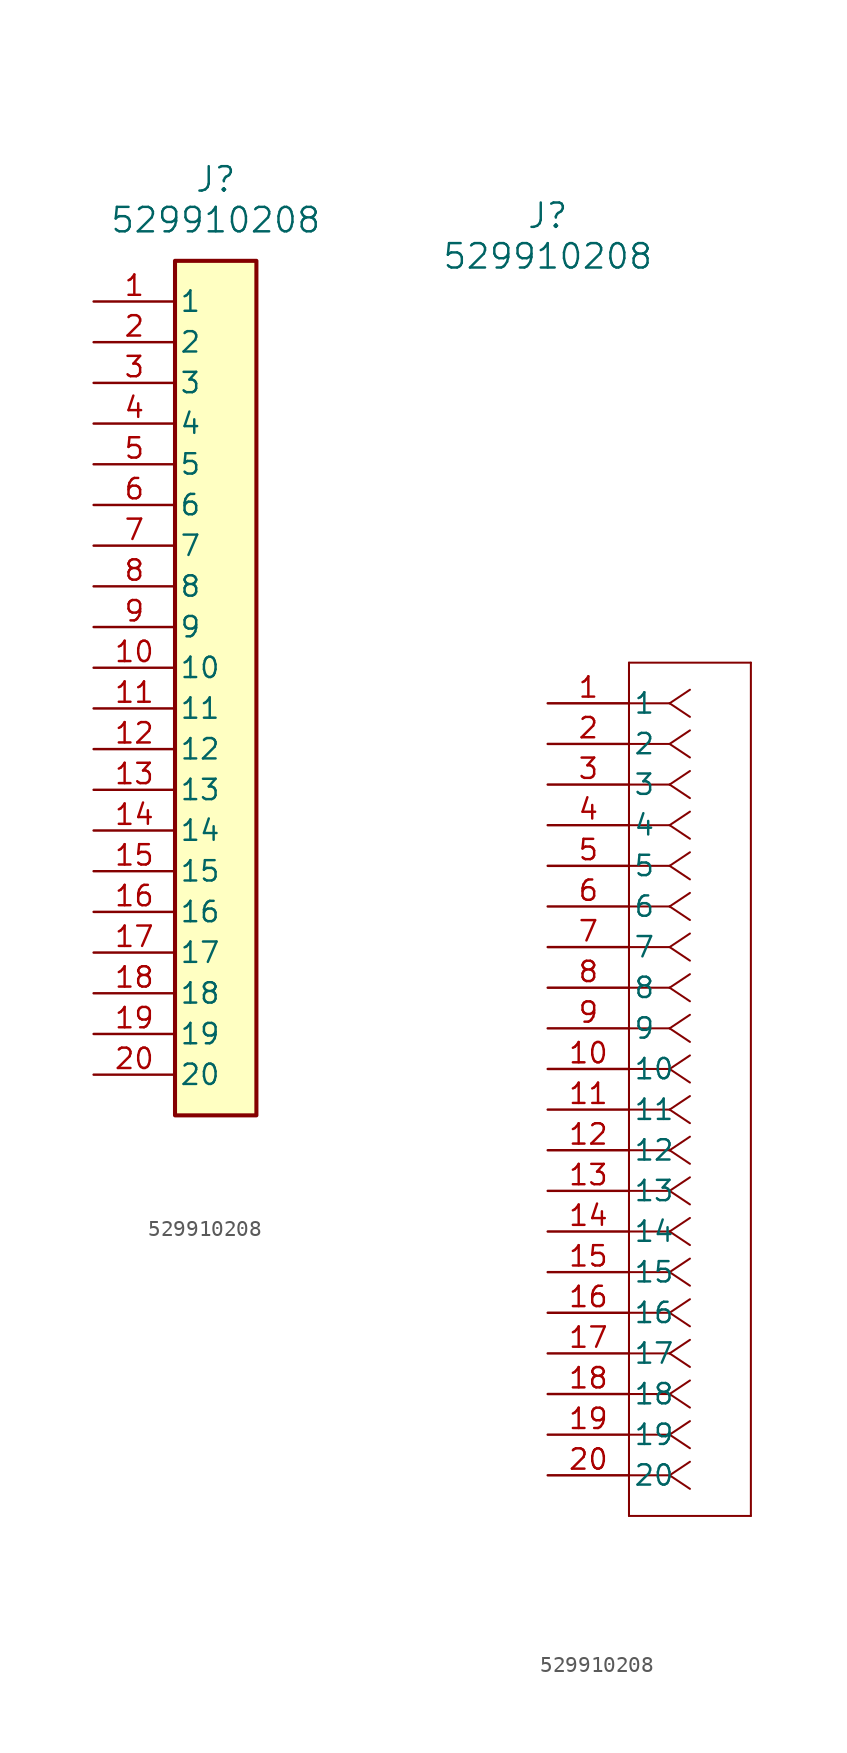
<source format=kicad_sym>
(kicad_symbol_lib
  (version 20220914)
  (generator kicad_symbol_editor)
  (symbol "529910208"
    (pin_names
      (offset 0.254))
    (property "Reference" "J"
      (at 0 30.48 0)
      (effects (font (size 1.524 1.524))))
    (property "Value" "529910208"
      (at 0 27.94 0)
      (effects (font (size 1.524 1.524))))
    (property "ki_locked" ""
      (at 0 0 0)
      (effects (font (size 1.27 1.27))))
    (symbol "529910208_1_1"
      (rectangle (start -2.54 25.4) (end 2.54 -27.94) (stroke (width 0.254) (type default)) (fill (type background)))
      (pin unspecified line (at -7.62 22.86 0) (length 5.08) (name "1" (effects (font (size 1.27 1.27)))) (number "1" (effects (font (size 1.27 1.27)))))
      (pin unspecified line (at -7.62 0 0) (length 5.08) (name "10" (effects (font (size 1.27 1.27)))) (number "10" (effects (font (size 1.27 1.27)))))
      (pin unspecified line (at -7.62 -2.54 0) (length 5.08) (name "11" (effects (font (size 1.27 1.27)))) (number "11" (effects (font (size 1.27 1.27)))))
      (pin unspecified line (at -7.62 -5.08 0) (length 5.08) (name "12" (effects (font (size 1.27 1.27)))) (number "12" (effects (font (size 1.27 1.27)))))
      (pin unspecified line (at -7.62 -7.62 0) (length 5.08) (name "13" (effects (font (size 1.27 1.27)))) (number "13" (effects (font (size 1.27 1.27)))))
      (pin unspecified line (at -7.62 -10.16 0) (length 5.08) (name "14" (effects (font (size 1.27 1.27)))) (number "14" (effects (font (size 1.27 1.27)))))
      (pin unspecified line (at -7.62 -12.7 0) (length 5.08) (name "15" (effects (font (size 1.27 1.27)))) (number "15" (effects (font (size 1.27 1.27)))))
      (pin unspecified line (at -7.62 -15.24 0) (length 5.08) (name "16" (effects (font (size 1.27 1.27)))) (number "16" (effects (font (size 1.27 1.27)))))
      (pin unspecified line (at -7.62 -17.78 0) (length 5.08) (name "17" (effects (font (size 1.27 1.27)))) (number "17" (effects (font (size 1.27 1.27)))))
      (pin unspecified line (at -7.62 -20.32 0) (length 5.08) (name "18" (effects (font (size 1.27 1.27)))) (number "18" (effects (font (size 1.27 1.27)))))
      (pin unspecified line (at -7.62 -22.86 0) (length 5.08) (name "19" (effects (font (size 1.27 1.27)))) (number "19" (effects (font (size 1.27 1.27)))))
      (pin unspecified line (at -7.62 20.32 0) (length 5.08) (name "2" (effects (font (size 1.27 1.27)))) (number "2" (effects (font (size 1.27 1.27)))))
      (pin unspecified line (at -7.62 -25.4 0) (length 5.08) (name "20" (effects (font (size 1.27 1.27)))) (number "20" (effects (font (size 1.27 1.27)))))
      (pin unspecified line (at -7.62 17.78 0) (length 5.08) (name "3" (effects (font (size 1.27 1.27)))) (number "3" (effects (font (size 1.27 1.27)))))
      (pin unspecified line (at -7.62 15.24 0) (length 5.08) (name "4" (effects (font (size 1.27 1.27)))) (number "4" (effects (font (size 1.27 1.27)))))
      (pin unspecified line (at -7.62 12.7 0) (length 5.08) (name "5" (effects (font (size 1.27 1.27)))) (number "5" (effects (font (size 1.27 1.27)))))
      (pin unspecified line (at -7.62 10.16 0) (length 5.08) (name "6" (effects (font (size 1.27 1.27)))) (number "6" (effects (font (size 1.27 1.27)))))
      (pin unspecified line (at -7.62 7.62 0) (length 5.08) (name "7" (effects (font (size 1.27 1.27)))) (number "7" (effects (font (size 1.27 1.27)))))
      (pin unspecified line (at -7.62 5.08 0) (length 5.08) (name "8" (effects (font (size 1.27 1.27)))) (number "8" (effects (font (size 1.27 1.27)))))
      (pin unspecified line (at -7.62 2.54 0) (length 5.08) (name "9" (effects (font (size 1.27 1.27)))) (number "9" (effects (font (size 1.27 1.27))))))
    (symbol "529910208_1_2"
      (polyline (pts (xy 5.08 -50.8) (xy 12.7 -50.8)) (stroke (width 0.127) (type default)) (fill (type none)))
      (polyline (pts (xy 5.08 2.54) (xy 5.08 -50.8)) (stroke (width 0.127) (type default)) (fill (type none)))
      (polyline (pts (xy 7.62 -48.26) (xy 5.08 -48.26)) (stroke (width 0.127) (type default)) (fill (type none)))
      (polyline (pts (xy 7.62 -48.26) (xy 8.89 -49.107)) (stroke (width 0.127) (type default)) (fill (type none)))
      (polyline (pts (xy 7.62 -48.26) (xy 8.89 -47.413)) (stroke (width 0.127) (type default)) (fill (type none)))
      (polyline (pts (xy 7.62 -45.72) (xy 5.08 -45.72)) (stroke (width 0.127) (type default)) (fill (type none)))
      (polyline (pts (xy 7.62 -45.72) (xy 8.89 -46.567)) (stroke (width 0.127) (type default)) (fill (type none)))
      (polyline (pts (xy 7.62 -45.72) (xy 8.89 -44.873)) (stroke (width 0.127) (type default)) (fill (type none)))
      (polyline (pts (xy 7.62 -43.18) (xy 5.08 -43.18)) (stroke (width 0.127) (type default)) (fill (type none)))
      (polyline (pts (xy 7.62 -43.18) (xy 8.89 -44.027)) (stroke (width 0.127) (type default)) (fill (type none)))
      (polyline (pts (xy 7.62 -43.18) (xy 8.89 -42.333)) (stroke (width 0.127) (type default)) (fill (type none)))
      (polyline (pts (xy 7.62 -40.64) (xy 5.08 -40.64)) (stroke (width 0.127) (type default)) (fill (type none)))
      (polyline (pts (xy 7.62 -40.64) (xy 8.89 -41.487)) (stroke (width 0.127) (type default)) (fill (type none)))
      (polyline (pts (xy 7.62 -40.64) (xy 8.89 -39.793)) (stroke (width 0.127) (type default)) (fill (type none)))
      (polyline (pts (xy 7.62 -38.1) (xy 5.08 -38.1)) (stroke (width 0.127) (type default)) (fill (type none)))
      (polyline (pts (xy 7.62 -38.1) (xy 8.89 -38.947)) (stroke (width 0.127) (type default)) (fill (type none)))
      (polyline (pts (xy 7.62 -38.1) (xy 8.89 -37.253)) (stroke (width 0.127) (type default)) (fill (type none)))
      (polyline (pts (xy 7.62 -35.56) (xy 5.08 -35.56)) (stroke (width 0.127) (type default)) (fill (type none)))
      (polyline (pts (xy 7.62 -35.56) (xy 8.89 -36.407)) (stroke (width 0.127) (type default)) (fill (type none)))
      (polyline (pts (xy 7.62 -35.56) (xy 8.89 -34.713)) (stroke (width 0.127) (type default)) (fill (type none)))
      (polyline (pts (xy 7.62 -33.02) (xy 5.08 -33.02)) (stroke (width 0.127) (type default)) (fill (type none)))
      (polyline (pts (xy 7.62 -33.02) (xy 8.89 -33.867)) (stroke (width 0.127) (type default)) (fill (type none)))
      (polyline (pts (xy 7.62 -33.02) (xy 8.89 -32.173)) (stroke (width 0.127) (type default)) (fill (type none)))
      (polyline (pts (xy 7.62 -30.48) (xy 5.08 -30.48)) (stroke (width 0.127) (type default)) (fill (type none)))
      (polyline (pts (xy 7.62 -30.48) (xy 8.89 -31.327)) (stroke (width 0.127) (type default)) (fill (type none)))
      (polyline (pts (xy 7.62 -30.48) (xy 8.89 -29.633)) (stroke (width 0.127) (type default)) (fill (type none)))
      (polyline (pts (xy 7.62 -27.94) (xy 5.08 -27.94)) (stroke (width 0.127) (type default)) (fill (type none)))
      (polyline (pts (xy 7.62 -27.94) (xy 8.89 -28.787)) (stroke (width 0.127) (type default)) (fill (type none)))
      (polyline (pts (xy 7.62 -27.94) (xy 8.89 -27.093)) (stroke (width 0.127) (type default)) (fill (type none)))
      (polyline (pts (xy 7.62 -25.4) (xy 5.08 -25.4)) (stroke (width 0.127) (type default)) (fill (type none)))
      (polyline (pts (xy 7.62 -25.4) (xy 8.89 -26.247)) (stroke (width 0.127) (type default)) (fill (type none)))
      (polyline (pts (xy 7.62 -25.4) (xy 8.89 -24.553)) (stroke (width 0.127) (type default)) (fill (type none)))
      (polyline (pts (xy 7.62 -22.86) (xy 5.08 -22.86)) (stroke (width 0.127) (type default)) (fill (type none)))
      (polyline (pts (xy 7.62 -22.86) (xy 8.89 -23.707)) (stroke (width 0.127) (type default)) (fill (type none)))
      (polyline (pts (xy 7.62 -22.86) (xy 8.89 -22.013)) (stroke (width 0.127) (type default)) (fill (type none)))
      (polyline (pts (xy 7.62 -20.32) (xy 5.08 -20.32)) (stroke (width 0.127) (type default)) (fill (type none)))
      (polyline (pts (xy 7.62 -20.32) (xy 8.89 -21.167)) (stroke (width 0.127) (type default)) (fill (type none)))
      (polyline (pts (xy 7.62 -20.32) (xy 8.89 -19.473)) (stroke (width 0.127) (type default)) (fill (type none)))
      (polyline (pts (xy 7.62 -17.78) (xy 5.08 -17.78)) (stroke (width 0.127) (type default)) (fill (type none)))
      (polyline (pts (xy 7.62 -17.78) (xy 8.89 -18.627)) (stroke (width 0.127) (type default)) (fill (type none)))
      (polyline (pts (xy 7.62 -17.78) (xy 8.89 -16.933)) (stroke (width 0.127) (type default)) (fill (type none)))
      (polyline (pts (xy 7.62 -15.24) (xy 5.08 -15.24)) (stroke (width 0.127) (type default)) (fill (type none)))
      (polyline (pts (xy 7.62 -15.24) (xy 8.89 -16.087)) (stroke (width 0.127) (type default)) (fill (type none)))
      (polyline (pts (xy 7.62 -15.24) (xy 8.89 -14.393)) (stroke (width 0.127) (type default)) (fill (type none)))
      (polyline (pts (xy 7.62 -12.7) (xy 5.08 -12.7)) (stroke (width 0.127) (type default)) (fill (type none)))
      (polyline (pts (xy 7.62 -12.7) (xy 8.89 -13.547)) (stroke (width 0.127) (type default)) (fill (type none)))
      (polyline (pts (xy 7.62 -12.7) (xy 8.89 -11.853)) (stroke (width 0.127) (type default)) (fill (type none)))
      (polyline (pts (xy 7.62 -10.16) (xy 5.08 -10.16)) (stroke (width 0.127) (type default)) (fill (type none)))
      (polyline (pts (xy 7.62 -10.16) (xy 8.89 -11.007)) (stroke (width 0.127) (type default)) (fill (type none)))
      (polyline (pts (xy 7.62 -10.16) (xy 8.89 -9.313)) (stroke (width 0.127) (type default)) (fill (type none)))
      (polyline (pts (xy 7.62 -7.62) (xy 5.08 -7.62)) (stroke (width 0.127) (type default)) (fill (type none)))
      (polyline (pts (xy 7.62 -7.62) (xy 8.89 -8.467)) (stroke (width 0.127) (type default)) (fill (type none)))
      (polyline (pts (xy 7.62 -7.62) (xy 8.89 -6.773)) (stroke (width 0.127) (type default)) (fill (type none)))
      (polyline (pts (xy 7.62 -5.08) (xy 5.08 -5.08)) (stroke (width 0.127) (type default)) (fill (type none)))
      (polyline (pts (xy 7.62 -5.08) (xy 8.89 -5.927)) (stroke (width 0.127) (type default)) (fill (type none)))
      (polyline (pts (xy 7.62 -5.08) (xy 8.89 -4.233)) (stroke (width 0.127) (type default)) (fill (type none)))
      (polyline (pts (xy 7.62 -2.54) (xy 5.08 -2.54)) (stroke (width 0.127) (type default)) (fill (type none)))
      (polyline (pts (xy 7.62 -2.54) (xy 8.89 -3.387)) (stroke (width 0.127) (type default)) (fill (type none)))
      (polyline (pts (xy 7.62 -2.54) (xy 8.89 -1.693)) (stroke (width 0.127) (type default)) (fill (type none)))
      (polyline (pts (xy 7.62 0) (xy 5.08 0)) (stroke (width 0.127) (type default)) (fill (type none)))
      (polyline (pts (xy 7.62 0) (xy 8.89 -0.847)) (stroke (width 0.127) (type default)) (fill (type none)))
      (polyline (pts (xy 7.62 0) (xy 8.89 0.847)) (stroke (width 0.127) (type default)) (fill (type none)))
      (polyline (pts (xy 12.7 -50.8) (xy 12.7 2.54)) (stroke (width 0.127) (type default)) (fill (type none)))
      (polyline (pts (xy 12.7 2.54) (xy 5.08 2.54)) (stroke (width 0.127) (type default)) (fill (type none)))
      (pin unspecified line (at 0 0 0) (length 5.08) (name "1" (effects (font (size 1.27 1.27)))) (number "1" (effects (font (size 1.27 1.27)))))
      (pin unspecified line (at 0 -22.86 0) (length 5.08) (name "10" (effects (font (size 1.27 1.27)))) (number "10" (effects (font (size 1.27 1.27)))))
      (pin unspecified line (at 0 -25.4 0) (length 5.08) (name "11" (effects (font (size 1.27 1.27)))) (number "11" (effects (font (size 1.27 1.27)))))
      (pin unspecified line (at 0 -27.94 0) (length 5.08) (name "12" (effects (font (size 1.27 1.27)))) (number "12" (effects (font (size 1.27 1.27)))))
      (pin unspecified line (at 0 -30.48 0) (length 5.08) (name "13" (effects (font (size 1.27 1.27)))) (number "13" (effects (font (size 1.27 1.27)))))
      (pin unspecified line (at 0 -33.02 0) (length 5.08) (name "14" (effects (font (size 1.27 1.27)))) (number "14" (effects (font (size 1.27 1.27)))))
      (pin unspecified line (at 0 -35.56 0) (length 5.08) (name "15" (effects (font (size 1.27 1.27)))) (number "15" (effects (font (size 1.27 1.27)))))
      (pin unspecified line (at 0 -38.1 0) (length 5.08) (name "16" (effects (font (size 1.27 1.27)))) (number "16" (effects (font (size 1.27 1.27)))))
      (pin unspecified line (at 0 -40.64 0) (length 5.08) (name "17" (effects (font (size 1.27 1.27)))) (number "17" (effects (font (size 1.27 1.27)))))
      (pin unspecified line (at 0 -43.18 0) (length 5.08) (name "18" (effects (font (size 1.27 1.27)))) (number "18" (effects (font (size 1.27 1.27)))))
      (pin unspecified line (at 0 -45.72 0) (length 5.08) (name "19" (effects (font (size 1.27 1.27)))) (number "19" (effects (font (size 1.27 1.27)))))
      (pin unspecified line (at 0 -2.54 0) (length 5.08) (name "2" (effects (font (size 1.27 1.27)))) (number "2" (effects (font (size 1.27 1.27)))))
      (pin unspecified line (at 0 -48.26 0) (length 5.08) (name "20" (effects (font (size 1.27 1.27)))) (number "20" (effects (font (size 1.27 1.27)))))
      (pin unspecified line (at 0 -5.08 0) (length 5.08) (name "3" (effects (font (size 1.27 1.27)))) (number "3" (effects (font (size 1.27 1.27)))))
      (pin unspecified line (at 0 -7.62 0) (length 5.08) (name "4" (effects (font (size 1.27 1.27)))) (number "4" (effects (font (size 1.27 1.27)))))
      (pin unspecified line (at 0 -10.16 0) (length 5.08) (name "5" (effects (font (size 1.27 1.27)))) (number "5" (effects (font (size 1.27 1.27)))))
      (pin unspecified line (at 0 -12.7 0) (length 5.08) (name "6" (effects (font (size 1.27 1.27)))) (number "6" (effects (font (size 1.27 1.27)))))
      (pin unspecified line (at 0 -15.24 0) (length 5.08) (name "7" (effects (font (size 1.27 1.27)))) (number "7" (effects (font (size 1.27 1.27)))))
      (pin unspecified line (at 0 -17.78 0) (length 5.08) (name "8" (effects (font (size 1.27 1.27)))) (number "8" (effects (font (size 1.27 1.27)))))
      (pin unspecified line (at 0 -20.32 0) (length 5.08) (name "9" (effects (font (size 1.27 1.27)))) (number "9" (effects (font (size 1.27 1.27))))))))
</source>
